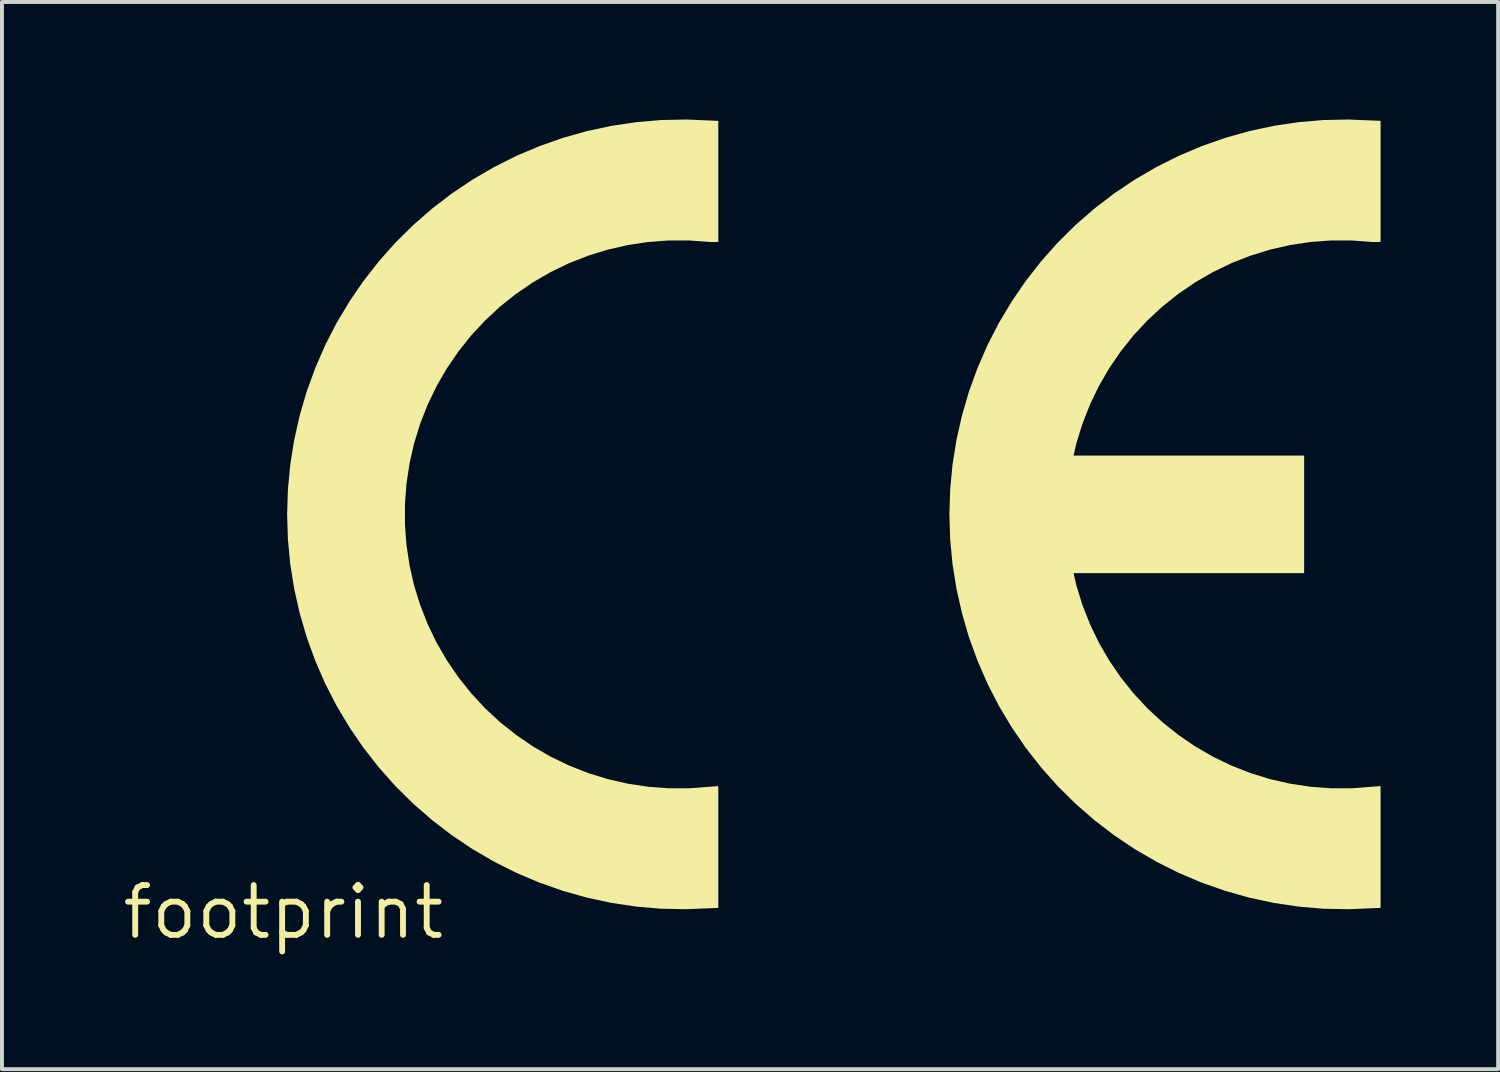
<source format=kicad_pcb>
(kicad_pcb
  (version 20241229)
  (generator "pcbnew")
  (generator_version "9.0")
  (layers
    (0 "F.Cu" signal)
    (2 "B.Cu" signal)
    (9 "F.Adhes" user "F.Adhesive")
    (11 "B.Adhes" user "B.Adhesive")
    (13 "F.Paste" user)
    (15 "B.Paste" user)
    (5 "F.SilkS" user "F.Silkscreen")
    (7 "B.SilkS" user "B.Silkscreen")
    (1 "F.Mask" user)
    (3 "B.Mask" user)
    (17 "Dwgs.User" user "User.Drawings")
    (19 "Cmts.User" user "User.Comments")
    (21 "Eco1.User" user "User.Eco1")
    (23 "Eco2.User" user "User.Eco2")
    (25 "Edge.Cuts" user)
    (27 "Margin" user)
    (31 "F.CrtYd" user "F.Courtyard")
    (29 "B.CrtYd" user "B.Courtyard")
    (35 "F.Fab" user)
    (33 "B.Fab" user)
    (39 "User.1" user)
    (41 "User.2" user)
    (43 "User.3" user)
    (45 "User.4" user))
  (footprint "footprint"
    (layer "F.Cu")
    (at 4.18 20.226)
    (property "Reference" "footprint" (at 0 0 0) (layer "F.SilkS") (effects (font (size 1.27 1.27) (thickness 0.15))))
    (fp_poly (pts (xy 19.8 -8.65) (xy 26.05 -8.65) (xy 26.05 -11.65) (xy 19.8 -11.65)) (stroke (width 0) (type solid)) (fill yes) (layer "F.SilkS"))
    (fp_poly (pts (xy 11.1 -20.192) (xy 11.1 -17.1) (xy 10.893 -17.1) (xy 10.356 -17.14) (xy 9.833 -17.14) (xy 9.311 -17.101) (xy 8.794 -17.023) (xy 8.284 -16.907) (xy 7.784 -16.753) (xy 7.297 -16.562) (xy 6.826 -16.335) (xy 6.372 -16.073) (xy 5.94 -15.778) (xy 5.531 -15.452) (xy 5.148 -15.097) (xy 4.792 -14.713) (xy 4.466 -14.304) (xy 4.171 -13.872) (xy 3.909 -13.419) (xy 3.682 -12.947) (xy 3.491 -12.46) (xy 3.337 -11.961) (xy 3.221 -11.451) (xy 3.143 -10.933) (xy 3.104 -10.412) (xy 3.104 -9.888) (xy 3.143 -9.367) (xy 3.221 -8.849) (xy 3.337 -8.339) (xy 3.491 -7.84) (xy 3.682 -7.353) (xy 3.909 -6.881) (xy 4.171 -6.428) (xy 4.466 -5.996) (xy 4.792 -5.587) (xy 5.148 -5.203) (xy 5.531 -4.848) (xy 5.94 -4.522) (xy 6.372 -4.227) (xy 6.825 -3.965) (xy 7.297 -3.738) (xy 7.784 -3.547) (xy 8.284 -3.393) (xy 8.794 -3.277) (xy 9.311 -3.199) (xy 9.833 -3.16) (xy 10.356 -3.16) (xy 11.1 -3.216) (xy 11.1 -0.108) (xy 10.278 -0.074) (xy 9.641 -0.087) (xy 9.006 -0.141) (xy 8.376 -0.235) (xy 7.753 -0.368) (xy 7.139 -0.541) (xy 6.538 -0.752) (xy 5.951 -1) (xy 5.381 -1.286) (xy 4.831 -1.606) (xy 4.301 -1.961) (xy 3.796 -2.348) (xy 3.315 -2.767) (xy 2.862 -3.215) (xy 2.439 -3.691) (xy 2.046 -4.193) (xy 1.686 -4.719) (xy 1.359 -5.266) (xy 1.068 -5.833) (xy 0.814 -6.417) (xy 0.596 -7.016) (xy 0.418 -7.628) (xy 0.278 -8.249) (xy 0.177 -8.879) (xy 0.117 -9.513) (xy 0.097 -10.15) (xy 0.117 -10.787) (xy 0.177 -11.421) (xy 0.278 -12.051) (xy 0.418 -12.672) (xy 0.596 -13.284) (xy 0.814 -13.883) (xy 1.068 -14.467) (xy 1.359 -15.034) (xy 1.686 -15.581) (xy 2.046 -16.107) (xy 2.439 -16.609) (xy 2.862 -17.085) (xy 3.315 -17.533) (xy 3.796 -17.952) (xy 4.301 -18.339) (xy 4.831 -18.694) (xy 5.381 -19.014) (xy 5.951 -19.3) (xy 6.538 -19.548) (xy 7.139 -19.759) (xy 7.753 -19.932) (xy 8.376 -20.065) (xy 9.006 -20.159) (xy 9.641 -20.213) (xy 10.278 -20.226)) (stroke (width 0) (type solid)) (fill yes) (layer "F.SilkS"))
    (fp_poly (pts (xy 28 -20.192) (xy 28 -17.1) (xy 27.793 -17.1) (xy 27.256 -17.14) (xy 26.733 -17.14) (xy 26.211 -17.101) (xy 25.694 -17.023) (xy 25.184 -16.907) (xy 24.684 -16.753) (xy 24.197 -16.562) (xy 23.726 -16.335) (xy 23.272 -16.073) (xy 22.84 -15.778) (xy 22.431 -15.452) (xy 22.048 -15.097) (xy 21.692 -14.713) (xy 21.366 -14.304) (xy 21.071 -13.872) (xy 20.809 -13.419) (xy 20.582 -12.947) (xy 20.391 -12.46) (xy 20.237 -11.961) (xy 20.121 -11.451) (xy 20.043 -10.933) (xy 20.004 -10.412) (xy 20.004 -9.888) (xy 20.043 -9.367) (xy 20.121 -8.849) (xy 20.237 -8.339) (xy 20.391 -7.84) (xy 20.582 -7.353) (xy 20.809 -6.881) (xy 21.071 -6.428) (xy 21.366 -5.996) (xy 21.692 -5.587) (xy 22.048 -5.203) (xy 22.431 -4.848) (xy 22.84 -4.522) (xy 23.272 -4.227) (xy 23.725 -3.965) (xy 24.197 -3.738) (xy 24.684 -3.547) (xy 25.184 -3.393) (xy 25.694 -3.277) (xy 26.211 -3.199) (xy 26.733 -3.16) (xy 27.256 -3.16) (xy 28 -3.216) (xy 28 -0.108) (xy 27.178 -0.074) (xy 26.541 -0.087) (xy 25.906 -0.141) (xy 25.276 -0.235) (xy 24.653 -0.368) (xy 24.039 -0.541) (xy 23.438 -0.752) (xy 22.851 -1) (xy 22.281 -1.286) (xy 21.731 -1.606) (xy 21.201 -1.961) (xy 20.696 -2.348) (xy 20.215 -2.767) (xy 19.762 -3.215) (xy 19.339 -3.691) (xy 18.946 -4.193) (xy 18.586 -4.719) (xy 18.259 -5.266) (xy 17.968 -5.833) (xy 17.714 -6.417) (xy 17.496 -7.016) (xy 17.318 -7.628) (xy 17.178 -8.249) (xy 17.077 -8.879) (xy 17.017 -9.513) (xy 16.997 -10.15) (xy 17.017 -10.787) (xy 17.077 -11.421) (xy 17.178 -12.051) (xy 17.318 -12.672) (xy 17.496 -13.284) (xy 17.714 -13.883) (xy 17.968 -14.467) (xy 18.259 -15.034) (xy 18.586 -15.581) (xy 18.946 -16.107) (xy 19.339 -16.609) (xy 19.762 -17.085) (xy 20.215 -17.533) (xy 20.696 -17.952) (xy 21.201 -18.339) (xy 21.731 -18.694) (xy 22.281 -19.014) (xy 22.851 -19.3) (xy 23.438 -19.548) (xy 24.039 -19.759) (xy 24.653 -19.932) (xy 25.276 -20.065) (xy 25.906 -20.159) (xy 26.541 -20.213) (xy 27.178 -20.226)) (stroke (width 0) (type solid)) (fill yes) (layer "F.SilkS")))
  (gr_rect
    (start -3 -3)
    (end 35.18 24.233)
    (stroke (width 0.1) (type default))
    (fill no)
    (layer "Edge.Cuts")))
</source>
